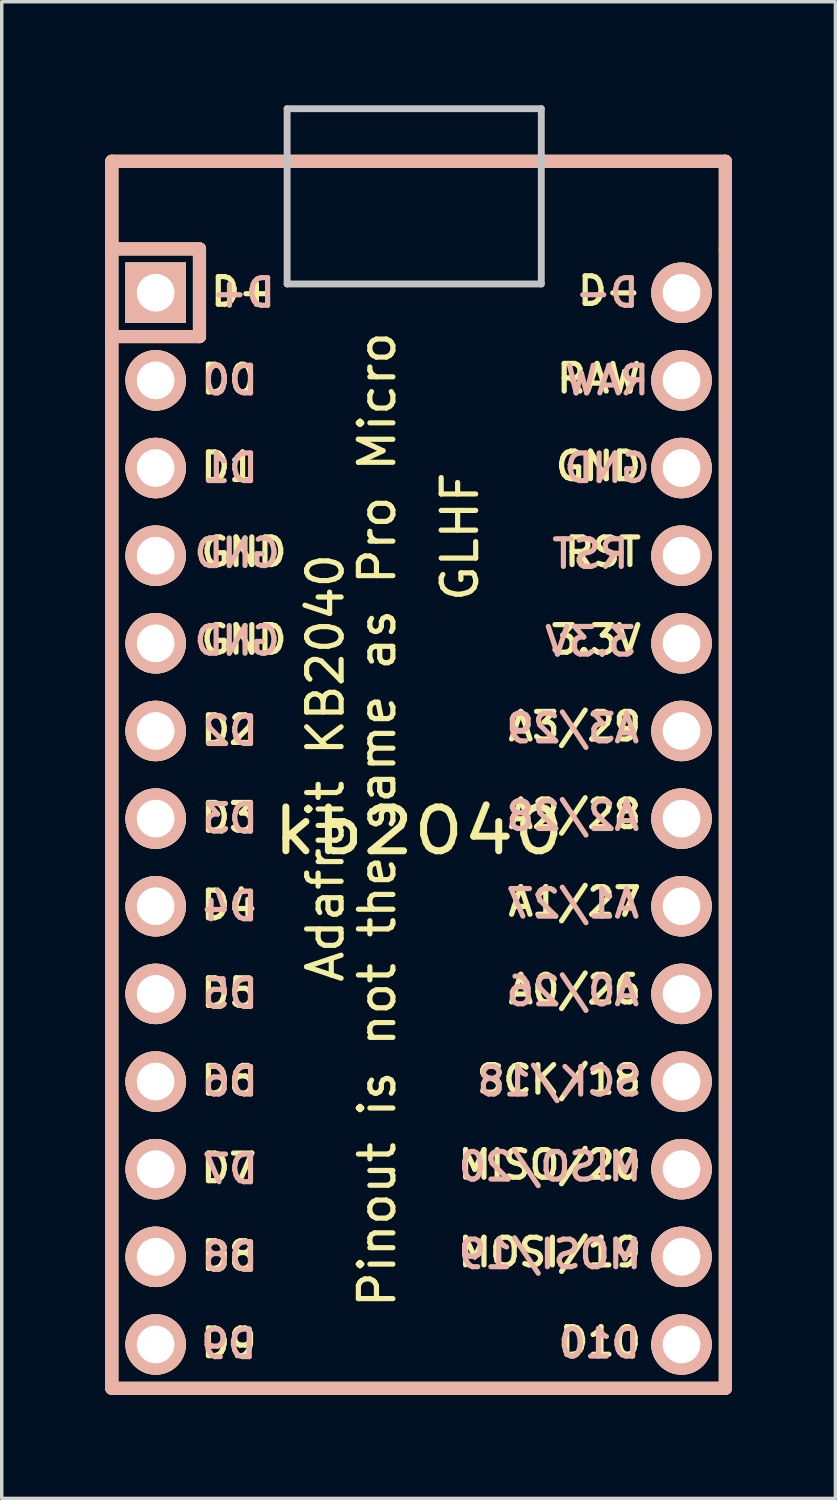
<source format=kicad_pcb>
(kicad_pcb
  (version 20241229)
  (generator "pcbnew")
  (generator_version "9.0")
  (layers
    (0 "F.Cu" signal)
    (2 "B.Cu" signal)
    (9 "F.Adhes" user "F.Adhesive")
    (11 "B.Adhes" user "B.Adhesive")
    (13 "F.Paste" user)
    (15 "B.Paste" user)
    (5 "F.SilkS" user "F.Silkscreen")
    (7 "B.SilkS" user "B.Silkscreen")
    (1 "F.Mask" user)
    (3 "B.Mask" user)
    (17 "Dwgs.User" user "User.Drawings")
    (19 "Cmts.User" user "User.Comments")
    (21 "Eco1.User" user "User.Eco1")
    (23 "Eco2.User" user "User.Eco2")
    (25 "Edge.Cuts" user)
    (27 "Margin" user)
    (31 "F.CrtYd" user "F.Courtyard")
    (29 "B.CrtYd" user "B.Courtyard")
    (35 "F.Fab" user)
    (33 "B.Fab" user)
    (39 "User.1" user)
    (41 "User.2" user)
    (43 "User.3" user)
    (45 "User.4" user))
  (footprint "kb2040"
    (layer "F.Cu")
    (at 9.081 19.404)
    (property "Reference" "kb2040" (at 0 1.625 0) (layer "F.SilkS") (effects (font (size 1.27 1.524) (thickness 0.203))))
    (attr through_hole)
    (fp_line (start -8.89 -17.78) (end -8.89 -15.24) (stroke (width 0.381) (type solid)) (layer "F.SilkS"))
    (fp_line (start -8.89 -15.24) (end -8.89 17.78) (stroke (width 0.381) (type solid)) (layer "F.SilkS"))
    (fp_line (start -8.89 17.78) (end 8.89 17.78) (stroke (width 0.381) (type solid)) (layer "F.SilkS"))
    (fp_line (start -6.35 -15.24) (end -8.89 -15.24) (stroke (width 0.381) (type solid)) (layer "F.SilkS"))
    (fp_line (start -6.35 -15.24) (end -6.35 -12.7) (stroke (width 0.381) (type solid)) (layer "F.SilkS"))
    (fp_line (start -6.35 -12.7) (end -8.89 -12.7) (stroke (width 0.381) (type solid)) (layer "F.SilkS"))
    (fp_line (start 8.89 -17.78) (end -8.89 -17.78) (stroke (width 0.381) (type solid)) (layer "F.SilkS"))
    (fp_line (start 8.89 -15.24) (end 8.89 -17.78) (stroke (width 0.381) (type solid)) (layer "F.SilkS"))
    (fp_line (start 8.89 17.78) (end 8.89 -15.24) (stroke (width 0.381) (type solid)) (layer "F.SilkS"))
    (fp_line (start -8.89 -17.78) (end -8.89 17.78) (stroke (width 0.381) (type solid)) (layer "B.SilkS"))
    (fp_line (start -8.89 17.78) (end 8.89 17.78) (stroke (width 0.381) (type solid)) (layer "B.SilkS"))
    (fp_line (start -6.35 -15.24) (end -8.89 -15.24) (stroke (width 0.381) (type solid)) (layer "B.SilkS"))
    (fp_line (start -6.35 -15.24) (end -6.35 -12.7) (stroke (width 0.381) (type solid)) (layer "B.SilkS"))
    (fp_line (start -6.35 -12.7) (end -8.89 -12.7) (stroke (width 0.381) (type solid)) (layer "B.SilkS"))
    (fp_line (start 8.89 -17.78) (end -8.89 -17.78) (stroke (width 0.381) (type solid)) (layer "B.SilkS"))
    (fp_line (start 8.89 17.78) (end 8.89 -17.78) (stroke (width 0.381) (type solid)) (layer "B.SilkS"))
    (fp_line (start -3.81 -19.304) (end 3.556 -19.304) (stroke (width 0.2) (type solid)) (layer "Dwgs.User"))
    (fp_line (start -3.81 -14.224) (end -3.81 -19.304) (stroke (width 0.2) (type solid)) (layer "Dwgs.User"))
    (fp_line (start 3.556 -19.304) (end 3.556 -14.224) (stroke (width 0.2) (type solid)) (layer "Dwgs.User"))
    (fp_line (start 3.556 -14.224) (end -3.81 -14.224) (stroke (width 0.2) (type solid)) (layer "Dwgs.User"))
    (fp_text user "A0/26" (at 4.524 6.22 0) (layer "F.SilkS") (effects (font (size 0.8 0.8) (thickness 0.15))))
    (fp_text user "D5" (at -5.5 6.32 0) (layer "F.SilkS") (effects (font (size 0.8 0.8) (thickness 0.15))))
    (fp_text user "D+" (at -5.1 -14 0) (layer "F.SilkS") (effects (font (size 0.8 0.8) (thickness 0.15))))
    (fp_text user "D-" (at 5.533 -14.024 0) (layer "F.SilkS") (effects (font (size 0.8 0.8) (thickness 0.15))))
    (fp_text user "A1/27" (at 4.524 3.68 0) (layer "F.SilkS") (effects (font (size 0.8 0.8) (thickness 0.15))))
    (fp_text user "D0" (at -5.5 -11.46 0) (layer "F.SilkS") (effects (font (size 0.8 0.8) (thickness 0.15))))
    (fp_text user "Adafruit KB2040" (at -2.7 -0.2 90) (unlocked yes) (layer "F.SilkS") (effects (font (size 1 1) (thickness 0.15))))
    (fp_text user "GND" (at -5.062 -6.456 0) (layer "F.SilkS") (effects (font (size 0.8 0.8) (thickness 0.15))))
    (fp_text user "GND" (at -5.062 -3.916 0) (layer "F.SilkS") (effects (font (size 0.8 0.8) (thickness 0.15))))
    (fp_text user "D2" (at -5.5 -1.3 0) (layer "F.SilkS") (effects (font (size 0.8 0.8) (thickness 0.15))))
    (fp_text user "D3" (at -5.5 1.24 0) (layer "F.SilkS") (effects (font (size 0.8 0.8) (thickness 0.15))))
    (fp_text user "D10" (at 5.267 16.431 0) (layer "F.SilkS") (effects (font (size 0.8 0.8) (thickness 0.15))))
    (fp_text user "MOSI/19" (at 3.8 13.84 0) (layer "F.SilkS") (effects (font (size 0.8 0.8) (thickness 0.15))))
    (fp_text user "D4" (at -5.5 3.78 0) (layer "F.SilkS") (effects (font (size 0.8 0.8) (thickness 0.15))))
    (fp_text user "SCK/18" (at 4.067 8.836 0) (layer "F.SilkS") (effects (font (size 0.8 0.8) (thickness 0.15))))
    (fp_text user "D7" (at -5.5 11.4 0) (layer "F.SilkS") (effects (font (size 0.8 0.8) (thickness 0.15))))
    (fp_text user "MISO/20" (at 3.8 11.3 0) (layer "F.SilkS") (effects (font (size 0.8 0.8) (thickness 0.15))))
    (fp_text user "3.3V" (at 5.133 -3.915 0) (layer "F.SilkS") (effects (font (size 0.8 0.8) (thickness 0.15))))
    (fp_text user "D6" (at -5.5 8.86 0) (layer "F.SilkS") (effects (font (size 0.8 0.8) (thickness 0.15))))
    (fp_text user "RAW" (at 5.229 -11.484 0) (layer "F.SilkS") (effects (font (size 0.8 0.8) (thickness 0.15))))
    (fp_text user "D1" (at -5.5 -8.92 0) (layer "F.SilkS") (effects (font (size 0.8 0.8) (thickness 0.15))))
    (fp_text user "Pinout is not the same as Pro Micro" (at -1.2 1.3 90) (unlocked yes) (layer "F.SilkS") (effects (font (size 1 1) (thickness 0.15))))
    (fp_text user "GND" (at 5.21 -8.944 0) (layer "F.SilkS") (effects (font (size 0.8 0.8) (thickness 0.15))))
    (fp_text user "A3/29" (at 4.524 -1.4 0) (layer "F.SilkS") (effects (font (size 0.8 0.8) (thickness 0.15))))
    (fp_text user "D9" (at -5.5 16.47 0) (layer "F.SilkS") (effects (font (size 0.8 0.8) (thickness 0.15))))
    (fp_text user "GLHF" (at 1.2 -6.9 90) (unlocked yes) (layer "F.SilkS") (effects (font (size 1 1) (thickness 0.15))))
    (fp_text user "RST" (at 5.343 -6.455 0) (layer "F.SilkS") (effects (font (size 0.8 0.8) (thickness 0.15))))
    (fp_text user "A2/28" (at 4.524 1.14 0) (layer "F.SilkS") (effects (font (size 0.8 0.8) (thickness 0.15))))
    (fp_text user "D8" (at -5.5 13.94 0) (layer "F.SilkS") (effects (font (size 0.8 0.8) (thickness 0.15))))
    (fp_text user "RAW" (at 5.461 -11.43 0) (layer "B.SilkS") (effects (font (size 0.8 0.8) (thickness 0.15)) (justify mirror)))
    (fp_text user "D8" (at -5.461 13.97 0) (layer "B.SilkS") (effects (font (size 0.8 0.8) (thickness 0.15)) (justify mirror)))
    (fp_text user "D6" (at -5.461 8.89 0) (layer "B.SilkS") (effects (font (size 0.8 0.8) (thickness 0.15)) (justify mirror)))
    (fp_text user "RST" (at 4.978 -6.401 0) (layer "B.SilkS") (effects (font (size 0.8 0.8) (thickness 0.15)) (justify mirror)))
    (fp_text user "A1/27" (at 4.47 3.734 0) (layer "B.SilkS") (effects (font (size 0.8 0.8) (thickness 0.15)) (justify mirror)))
    (fp_text user "GND" (at -5.258 -3.886 0) (layer "B.SilkS") (effects (font (size 0.8 0.8) (thickness 0.15)) (justify mirror)))
    (fp_text user "D1" (at -5.461 -8.89 0) (layer "B.SilkS") (effects (font (size 0.8 0.8) (thickness 0.15)) (justify mirror)))
    (fp_text user "D7" (at -5.461 11.43 0) (layer "B.SilkS") (effects (font (size 0.8 0.8) (thickness 0.15)) (justify mirror)))
    (fp_text user "A2/28" (at 4.47 1.194 0) (layer "B.SilkS") (effects (font (size 0.8 0.8) (thickness 0.15)) (justify mirror)))
    (fp_text user "D9" (at -5.5 16.5 0) (layer "B.SilkS") (effects (font (size 0.8 0.8) (thickness 0.15)) (justify mirror)))
    (fp_text user "D4" (at -5.461 3.81 0) (layer "B.SilkS") (effects (font (size 0.8 0.8) (thickness 0.15)) (justify mirror)))
    (fp_text user "D-" (at 5.461 -13.97 0) (layer "B.SilkS") (effects (font (size 0.8 0.8) (thickness 0.15)) (justify mirror)))
    (fp_text user "3.3V" (at 4.978 -3.861 0) (layer "B.SilkS") (effects (font (size 0.8 0.8) (thickness 0.15)) (justify mirror)))
    (fp_text user "GND" (at 5.461 -8.89 0) (layer "B.SilkS") (effects (font (size 0.8 0.8) (thickness 0.15)) (justify mirror)))
    (fp_text user "MOSI/19" (at 3.81 13.894 0) (layer "B.SilkS") (effects (font (size 0.8 0.8) (thickness 0.15)) (justify mirror)))
    (fp_text user "D10" (at 5.232 16.485 0) (layer "B.SilkS") (effects (font (size 0.8 0.8) (thickness 0.15)) (justify mirror)))
    (fp_text user "D5" (at -5.461 6.35 0) (layer "B.SilkS") (effects (font (size 0.8 0.8) (thickness 0.15)) (justify mirror)))
    (fp_text user "A0/26" (at 4.47 6.274 0) (layer "B.SilkS") (effects (font (size 0.8 0.8) (thickness 0.15)) (justify mirror)))
    (fp_text user "D2" (at -5.461 -1.27 0) (layer "B.SilkS") (effects (font (size 0.8 0.8) (thickness 0.15)) (justify mirror)))
    (fp_text user "SCK/18" (at 4.089 8.89 0) (layer "B.SilkS") (effects (font (size 0.8 0.8) (thickness 0.15)) (justify mirror)))
    (fp_text user "GND" (at -5.258 -6.426 0) (layer "B.SilkS") (effects (font (size 0.8 0.8) (thickness 0.15)) (justify mirror)))
    (fp_text user "MISO/20" (at 3.81 11.354 0) (layer "B.SilkS") (effects (font (size 0.8 0.8) (thickness 0.15)) (justify mirror)))
    (fp_text user "D0" (at -5.461 -11.43 0) (layer "B.SilkS") (effects (font (size 0.8 0.8) (thickness 0.15)) (justify mirror)))
    (fp_text user "D+" (at -5.08 -13.97 0) (layer "B.SilkS") (effects (font (size 0.8 0.8) (thickness 0.15)) (justify mirror)))
    (fp_text user "A3/29" (at 4.47 -1.346 0) (layer "B.SilkS") (effects (font (size 0.8 0.8) (thickness 0.15)) (justify mirror)))
    (fp_text user "D3" (at -5.461 1.27 0) (layer "B.SilkS") (effects (font (size 0.8 0.8) (thickness 0.15)) (justify mirror)))
    (pad "1" thru_hole rect (at -7.62 -13.97 270) (size 1.753 1.753) (drill 1.092) (layers "*.Cu" "*.SilkS" "*.Mask"))
    (pad "2" thru_hole circle (at -7.62 -11.43 270) (size 1.753 1.753) (drill 1.092) (layers "*.Cu" "*.SilkS" "*.Mask"))
    (pad "3" thru_hole circle (at -7.62 -8.89 270) (size 1.753 1.753) (drill 1.092) (layers "*.Cu" "*.SilkS" "*.Mask"))
    (pad "4" thru_hole circle (at -7.62 -6.35 270) (size 1.753 1.753) (drill 1.092) (layers "*.Cu" "*.SilkS" "*.Mask"))
    (pad "5" thru_hole circle (at -7.62 -3.81 270) (size 1.753 1.753) (drill 1.092) (layers "*.Cu" "*.SilkS" "*.Mask"))
    (pad "6" thru_hole circle (at -7.62 -1.27 270) (size 1.753 1.753) (drill 1.092) (layers "*.Cu" "*.SilkS" "*.Mask"))
    (pad "7" thru_hole circle (at -7.62 1.27 270) (size 1.753 1.753) (drill 1.092) (layers "*.Cu" "*.SilkS" "*.Mask"))
    (pad "8" thru_hole circle (at -7.62 3.81 270) (size 1.753 1.753) (drill 1.092) (layers "*.Cu" "*.SilkS" "*.Mask"))
    (pad "9" thru_hole circle (at -7.62 6.35 270) (size 1.753 1.753) (drill 1.092) (layers "*.Cu" "*.SilkS" "*.Mask"))
    (pad "10" thru_hole circle (at -7.62 8.89 270) (size 1.753 1.753) (drill 1.092) (layers "*.Cu" "*.SilkS" "*.Mask"))
    (pad "11" thru_hole circle (at -7.62 11.43 270) (size 1.753 1.753) (drill 1.092) (layers "*.Cu" "*.SilkS" "*.Mask"))
    (pad "12" thru_hole circle (at -7.62 13.97 270) (size 1.753 1.753) (drill 1.092) (layers "*.Cu" "*.SilkS" "*.Mask"))
    (pad "13" thru_hole circle (at -7.62 16.51 270) (size 1.753 1.753) (drill 1.092) (layers "*.Cu" "*.SilkS" "*.Mask"))
    (pad "14" thru_hole circle (at 7.62 -13.97 270) (size 1.753 1.753) (drill 1.092) (layers "*.Cu" "*.SilkS" "*.Mask"))
    (pad "15" thru_hole circle (at 7.62 -11.43 270) (size 1.753 1.753) (drill 1.092) (layers "*.Cu" "*.SilkS" "*.Mask"))
    (pad "16" thru_hole circle (at 7.62 -8.89 270) (size 1.753 1.753) (drill 1.092) (layers "*.Cu" "*.SilkS" "*.Mask"))
    (pad "17" thru_hole circle (at 7.62 -6.35 270) (size 1.753 1.753) (drill 1.092) (layers "*.Cu" "*.SilkS" "*.Mask"))
    (pad "18" thru_hole circle (at 7.62 -3.81 270) (size 1.753 1.753) (drill 1.092) (layers "*.Cu" "*.SilkS" "*.Mask"))
    (pad "19" thru_hole circle (at 7.62 -1.27 270) (size 1.753 1.753) (drill 1.092) (layers "*.Cu" "*.SilkS" "*.Mask"))
    (pad "20" thru_hole circle (at 7.62 1.27 270) (size 1.753 1.753) (drill 1.092) (layers "*.Cu" "*.SilkS" "*.Mask"))
    (pad "21" thru_hole circle (at 7.62 3.81 270) (size 1.753 1.753) (drill 1.092) (layers "*.Cu" "*.SilkS" "*.Mask"))
    (pad "22" thru_hole circle (at 7.62 6.35 270) (size 1.753 1.753) (drill 1.092) (layers "*.Cu" "*.SilkS" "*.Mask"))
    (pad "23" thru_hole circle (at 7.62 8.89 270) (size 1.753 1.753) (drill 1.092) (layers "*.Cu" "*.SilkS" "*.Mask"))
    (pad "24" thru_hole circle (at 7.62 11.43 270) (size 1.753 1.753) (drill 1.092) (layers "*.Cu" "*.SilkS" "*.Mask"))
    (pad "25" thru_hole circle (at 7.62 13.97 270) (size 1.753 1.753) (drill 1.092) (layers "*.Cu" "*.SilkS" "*.Mask"))
    (pad "26" thru_hole circle (at 7.62 16.51 270) (size 1.753 1.753) (drill 1.092) (layers "*.Cu" "*.SilkS" "*.Mask")))
  (gr_rect
    (start -3 -3)
    (end 21.161 40.374)
    (stroke (width 0.1) (type default))
    (fill no)
    (layer "Edge.Cuts")))
</source>
